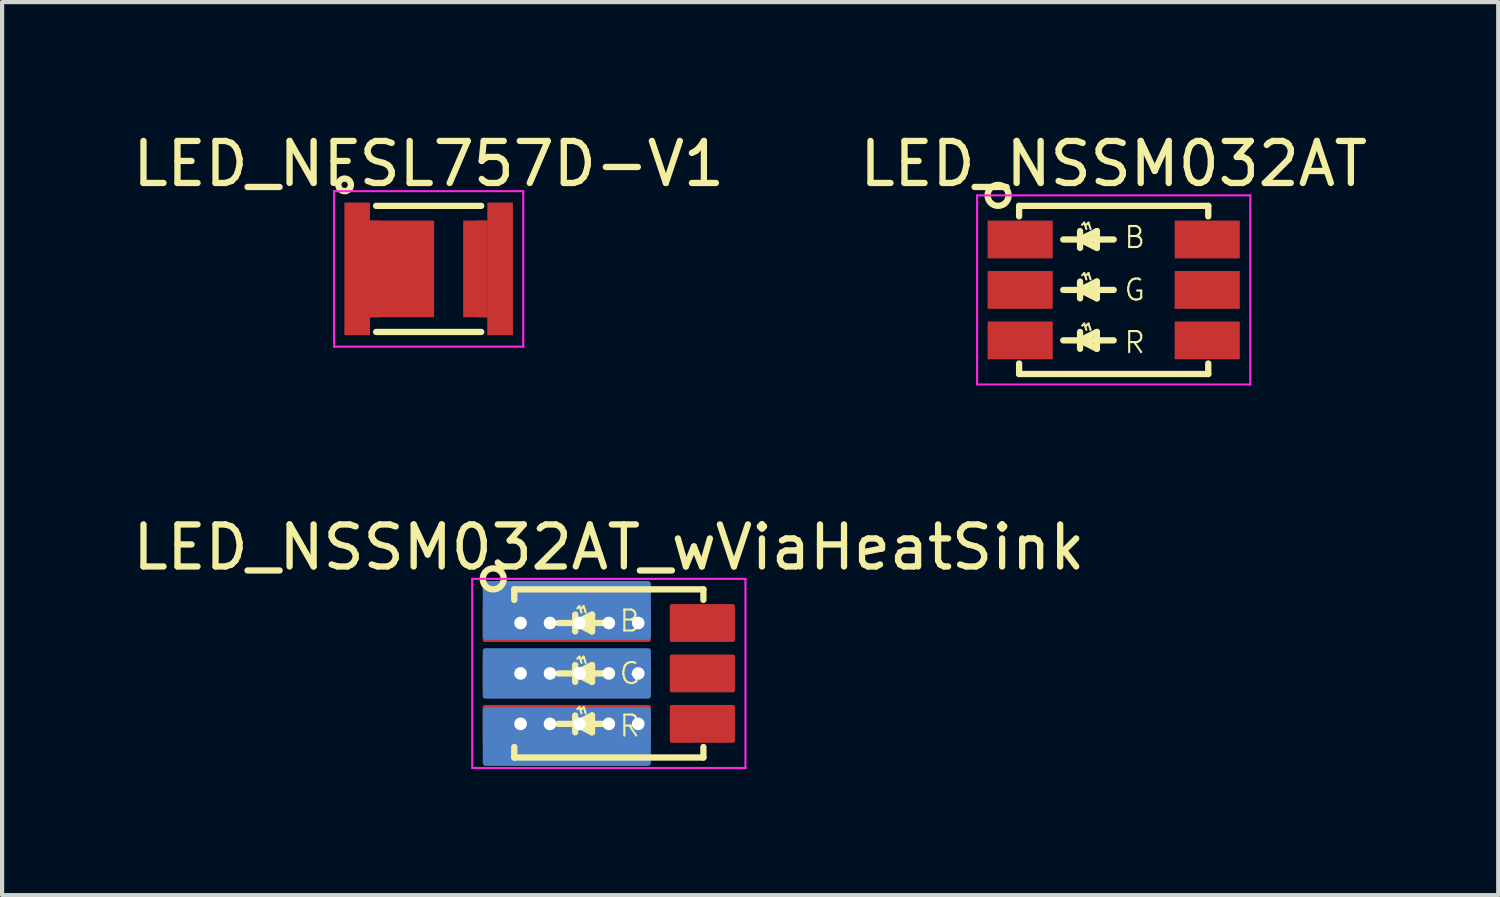
<source format=kicad_pcb>
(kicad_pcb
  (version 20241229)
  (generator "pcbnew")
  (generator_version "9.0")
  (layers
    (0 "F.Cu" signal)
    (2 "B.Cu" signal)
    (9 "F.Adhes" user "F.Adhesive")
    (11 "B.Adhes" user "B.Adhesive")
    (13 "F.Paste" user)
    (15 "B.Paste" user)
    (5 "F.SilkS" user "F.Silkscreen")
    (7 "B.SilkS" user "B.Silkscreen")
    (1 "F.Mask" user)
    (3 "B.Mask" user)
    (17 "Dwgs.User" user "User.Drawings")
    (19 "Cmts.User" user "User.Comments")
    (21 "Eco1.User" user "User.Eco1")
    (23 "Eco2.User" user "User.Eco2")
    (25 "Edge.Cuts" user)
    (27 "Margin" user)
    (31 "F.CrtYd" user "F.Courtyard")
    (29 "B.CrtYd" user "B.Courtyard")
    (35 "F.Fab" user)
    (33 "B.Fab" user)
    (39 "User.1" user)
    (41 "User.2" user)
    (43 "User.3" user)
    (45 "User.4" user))
  (footprint "LED_NSSM032AT_wViaHeatSink"
    (layer "F.Cu")
    (at 11.435 12.972)
    (property "Reference" "LED_NSSM032AT_wViaHeatSink" (at 0 -3 0) (layer "F.SilkS") (effects (font (size 1 1) (thickness 0.15))))
    (attr smd)
    (fp_line (start -2.25 -2) (end 2.25 -2) (stroke (width 0.15) (type solid)) (layer "F.SilkS"))
    (fp_line (start -2.25 -1.75) (end -2.25 -2) (stroke (width 0.15) (type solid)) (layer "F.SilkS"))
    (fp_line (start -2.25 2) (end -2.25 1.75) (stroke (width 0.15) (type solid)) (layer "F.SilkS"))
    (fp_line (start -1.2 -1.2) (end 0 -1.2) (stroke (width 0.15) (type solid)) (layer "F.SilkS"))
    (fp_line (start -1.2 0) (end 0 0) (stroke (width 0.15) (type solid)) (layer "F.SilkS"))
    (fp_line (start -1.2 1.2) (end 0 1.2) (stroke (width 0.15) (type solid)) (layer "F.SilkS"))
    (fp_line (start -0.8 -1.4) (end -0.8 -1) (stroke (width 0.15) (type solid)) (layer "F.SilkS"))
    (fp_line (start -0.8 -1.2) (end -0.4 -1) (stroke (width 0.15) (type solid)) (layer "F.SilkS"))
    (fp_line (start -0.8 -0.2) (end -0.8 0.2) (stroke (width 0.15) (type solid)) (layer "F.SilkS"))
    (fp_line (start -0.8 0) (end -0.4 0.2) (stroke (width 0.15) (type solid)) (layer "F.SilkS"))
    (fp_line (start -0.8 1) (end -0.8 1.4) (stroke (width 0.15) (type solid)) (layer "F.SilkS"))
    (fp_line (start -0.8 1.2) (end -0.4 1.4) (stroke (width 0.15) (type solid)) (layer "F.SilkS"))
    (fp_line (start -0.75 -1.55) (end -0.7 -1.6) (stroke (width 0.05) (type solid)) (layer "F.SilkS"))
    (fp_line (start -0.75 -0.35) (end -0.7 -0.4) (stroke (width 0.05) (type solid)) (layer "F.SilkS"))
    (fp_line (start -0.75 0.85) (end -0.7 0.8) (stroke (width 0.05) (type solid)) (layer "F.SilkS"))
    (fp_line (start -0.65 -1.55) (end -0.6 -1.6) (stroke (width 0.05) (type solid)) (layer "F.SilkS"))
    (fp_line (start -0.65 -1.45) (end -0.7 -1.6) (stroke (width 0.05) (type solid)) (layer "F.SilkS"))
    (fp_line (start -0.65 -0.35) (end -0.6 -0.4) (stroke (width 0.05) (type solid)) (layer "F.SilkS"))
    (fp_line (start -0.65 -0.25) (end -0.7 -0.4) (stroke (width 0.05) (type solid)) (layer "F.SilkS"))
    (fp_line (start -0.65 0.85) (end -0.6 0.8) (stroke (width 0.05) (type solid)) (layer "F.SilkS"))
    (fp_line (start -0.65 0.95) (end -0.7 0.8) (stroke (width 0.05) (type solid)) (layer "F.SilkS"))
    (fp_line (start -0.55 -1.45) (end -0.6 -1.6) (stroke (width 0.05) (type solid)) (layer "F.SilkS"))
    (fp_line (start -0.55 -0.25) (end -0.6 -0.4) (stroke (width 0.05) (type solid)) (layer "F.SilkS"))
    (fp_line (start -0.55 0.95) (end -0.6 0.8) (stroke (width 0.05) (type solid)) (layer "F.SilkS"))
    (fp_line (start -0.4 -1.4) (end -0.8 -1.2) (stroke (width 0.15) (type solid)) (layer "F.SilkS"))
    (fp_line (start -0.4 -1) (end -0.4 -1.4) (stroke (width 0.15) (type solid)) (layer "F.SilkS"))
    (fp_line (start -0.4 -0.2) (end -0.8 0) (stroke (width 0.15) (type solid)) (layer "F.SilkS"))
    (fp_line (start -0.4 0.2) (end -0.4 -0.2) (stroke (width 0.15) (type solid)) (layer "F.SilkS"))
    (fp_line (start -0.4 1) (end -0.8 1.2) (stroke (width 0.15) (type solid)) (layer "F.SilkS"))
    (fp_line (start -0.4 1.4) (end -0.4 1) (stroke (width 0.15) (type solid)) (layer "F.SilkS"))
    (fp_line (start 2.25 -2) (end 2.25 -1.75) (stroke (width 0.15) (type solid)) (layer "F.SilkS"))
    (fp_line (start 2.25 1.75) (end 2.25 2) (stroke (width 0.15) (type solid)) (layer "F.SilkS"))
    (fp_line (start 2.25 2) (end -2.25 2) (stroke (width 0.15) (type solid)) (layer "F.SilkS"))
    (fp_circle (center -2.75 -2.25) (end -2.5 -2.25) (stroke (width 0.15) (type solid)) (fill no) (layer "F.SilkS"))
    (fp_line (start -3.25 -2.25) (end 3.25 -2.25) (stroke (width 0.05) (type solid)) (layer "F.CrtYd"))
    (fp_line (start -3.25 2.25) (end -3.25 -2.25) (stroke (width 0.05) (type solid)) (layer "F.CrtYd"))
    (fp_line (start 3.25 -2.25) (end 3.25 2.25) (stroke (width 0.05) (type solid)) (layer "F.CrtYd"))
    (fp_line (start 3.25 2.25) (end -3.25 2.25) (stroke (width 0.05) (type solid)) (layer "F.CrtYd"))
    (fp_text user "B" (at 0.5 -1.25 0) (layer "F.SilkS") (effects (font (size 0.5 0.5) (thickness 0.05))))
    (fp_text user "G" (at 0.5 0 0) (layer "F.SilkS") (effects (font (size 0.5 0.5) (thickness 0.05))))
    (fp_text user "R" (at 0.5 1.25 0) (layer "F.SilkS") (effects (font (size 0.5 0.5) (thickness 0.05))))
    (pad "" smd roundrect (at -2.225 -1.2) (size 1.55 0.9) (layers "F.Mask" "F.Paste") (roundrect_rratio 0.05))
    (pad "" smd roundrect (at -2.225 0) (size 1.55 0.9) (layers "F.Mask" "F.Paste") (roundrect_rratio 0.05))
    (pad "" smd roundrect (at -2.225 1.2) (size 1.55 0.9) (layers "F.Mask" "F.Paste") (roundrect_rratio 0.05))
    (pad "1" thru_hole circle (at -2.1 -1.2) (size 0.3 0.3) (drill 0.3) (layers "*.Cu"))
    (pad "1" thru_hole circle (at -1.4 -1.2) (size 0.3 0.3) (drill 0.3) (layers "*.Cu"))
    (pad "1" smd roundrect (at -1 -1.5) (size 4 1.4) (layers "B.Cu") (roundrect_rratio 0.05))
    (pad "1" smd roundrect (at -1 -1.2) (size 4 0.9) (layers "F.Cu") (roundrect_rratio 0.05))
    (pad "1" thru_hole circle (at -0.7 -1.2) (size 0.3 0.3) (drill 0.3) (layers "*.Cu"))
    (pad "1" thru_hole circle (at 0 -1.2) (size 0.3 0.3) (drill 0.3) (layers "*.Cu"))
    (pad "1" thru_hole circle (at 0.7 -1.2) (size 0.3 0.3) (drill 0.3) (layers "*.Cu"))
    (pad "2" thru_hole circle (at -2.1 0) (size 0.3 0.3) (drill 0.3) (layers "*.Cu"))
    (pad "2" thru_hole circle (at -1.4 0) (size 0.3 0.3) (drill 0.3) (layers "*.Cu"))
    (pad "2" smd roundrect (at -1 0) (size 4 0.9) (layers "F.Cu") (roundrect_rratio 0.05))
    (pad "2" smd roundrect (at -1 0) (size 4 1.2) (layers "B.Cu") (roundrect_rratio 0.05))
    (pad "2" thru_hole circle (at -0.7 0) (size 0.3 0.3) (drill 0.3) (layers "*.Cu"))
    (pad "2" thru_hole circle (at 0 0) (size 0.3 0.3) (drill 0.3) (layers "*.Cu"))
    (pad "2" thru_hole circle (at 0.7 0) (size 0.3 0.3) (drill 0.3) (layers "*.Cu"))
    (pad "3" thru_hole circle (at -2.1 1.2) (size 0.3 0.3) (drill 0.3) (layers "*.Cu"))
    (pad "3" thru_hole circle (at -1.4 1.2) (size 0.3 0.3) (drill 0.3) (layers "*.Cu"))
    (pad "3" smd roundrect (at -1 1.2) (size 4 0.9) (layers "F.Cu") (roundrect_rratio 0.05))
    (pad "3" smd roundrect (at -1 1.5) (size 4 1.4) (layers "B.Cu") (roundrect_rratio 0.05))
    (pad "3" thru_hole circle (at -0.7 1.2) (size 0.3 0.3) (drill 0.3) (layers "*.Cu"))
    (pad "3" thru_hole circle (at 0 1.2) (size 0.3 0.3) (drill 0.3) (layers "*.Cu"))
    (pad "3" thru_hole circle (at 0.7 1.2) (size 0.3 0.3) (drill 0.3) (layers "*.Cu"))
    (pad "4" smd roundrect (at 2.225 1.2) (size 1.55 0.9) (layers "F.Cu" "F.Mask" "F.Paste") (roundrect_rratio 0.05))
    (pad "5" smd roundrect (at 2.225 0) (size 1.55 0.9) (layers "F.Cu" "F.Mask" "F.Paste") (roundrect_rratio 0.05))
    (pad "6" smd roundrect (at 2.225 -1.2) (size 1.55 0.9) (layers "F.Cu" "F.Mask" "F.Paste") (roundrect_rratio 0.05)))
  (footprint "LED_NFSL757D-V1"
    (layer "F.Cu")
    (at 7.149 3.348)
    (property "Reference" "LED_NFSL757D-V1" (at 0 -2.5 0) (layer "F.SilkS") (effects (font (size 1 1) (thickness 0.15))))
    (attr through_hole)
    (fp_line (start -1.25 -1.5) (end 1.25 -1.5) (stroke (width 0.15) (type solid)) (layer "F.SilkS"))
    (fp_line (start 1.25 1.5) (end -1.25 1.5) (stroke (width 0.15) (type solid)) (layer "F.SilkS"))
    (fp_circle (center -2 -2) (end -1.85 -2) (stroke (width 0.15) (type solid)) (fill no) (layer "F.SilkS"))
    (fp_line (start -2.25 -1.85) (end 2.25 -1.85) (stroke (width 0.05) (type solid)) (layer "F.CrtYd"))
    (fp_line (start -2.25 1.85) (end -2.25 -1.85) (stroke (width 0.05) (type solid)) (layer "F.CrtYd"))
    (fp_line (start 2.25 -1.85) (end 2.25 1.85) (stroke (width 0.05) (type solid)) (layer "F.CrtYd"))
    (fp_line (start 2.25 1.85) (end -2.25 1.85) (stroke (width 0.05) (type solid)) (layer "F.CrtYd"))
    (pad "1" smd rect (at -1.7 0) (size 0.6 3.15) (layers "F.Cu" "F.Mask"))
    (pad "1" smd rect (at -1.7 0) (size 0.6 3.15) (layers "F.Cu" "F.Paste"))
    (pad "1" smd rect (at -1.275 0) (size 0.25 2.3) (layers "F.Cu" "F.Paste"))
    (pad "1" smd rect (at -0.635 0) (size 1.53 2.3) (layers "F.Cu" "F.Mask"))
    (pad "1" smd rect (at -0.55 0) (size 1.2 2) (layers "F.Cu" "F.Paste"))
    (pad "2" smd rect (at 1.075 0) (size 0.15 2) (layers "F.Cu" "F.Paste"))
    (pad "2" smd rect (at 1.11 0) (size 0.58 2.3) (layers "F.Cu" "F.Mask"))
    (pad "2" smd rect (at 1.275 0) (size 0.25 2.3) (layers "F.Cu" "F.Paste"))
    (pad "2" smd rect (at 1.7 0) (size 0.6 3.15) (layers "F.Cu" "F.Mask"))
    (pad "2" smd rect (at 1.7 0) (size 0.6 3.15) (layers "F.Cu" "F.Paste")))
  (footprint "LED_NSSM032AT"
    (layer "F.Cu")
    (at 23.446 3.848)
    (property "Reference" "LED_NSSM032AT" (at 0 -3 0) (layer "F.SilkS") (effects (font (size 1 1) (thickness 0.15))))
    (attr through_hole)
    (fp_line (start -2.25 -2) (end 2.25 -2) (stroke (width 0.15) (type solid)) (layer "F.SilkS"))
    (fp_line (start -2.25 -1.75) (end -2.25 -2) (stroke (width 0.15) (type solid)) (layer "F.SilkS"))
    (fp_line (start -2.25 2) (end -2.25 1.75) (stroke (width 0.15) (type solid)) (layer "F.SilkS"))
    (fp_line (start -1.2 -1.2) (end 0 -1.2) (stroke (width 0.15) (type solid)) (layer "F.SilkS"))
    (fp_line (start -1.2 0) (end 0 0) (stroke (width 0.15) (type solid)) (layer "F.SilkS"))
    (fp_line (start -1.2 1.2) (end 0 1.2) (stroke (width 0.15) (type solid)) (layer "F.SilkS"))
    (fp_line (start -0.8 -1.4) (end -0.8 -1) (stroke (width 0.15) (type solid)) (layer "F.SilkS"))
    (fp_line (start -0.8 -1.2) (end -0.4 -1) (stroke (width 0.15) (type solid)) (layer "F.SilkS"))
    (fp_line (start -0.8 -0.2) (end -0.8 0.2) (stroke (width 0.15) (type solid)) (layer "F.SilkS"))
    (fp_line (start -0.8 0) (end -0.4 0.2) (stroke (width 0.15) (type solid)) (layer "F.SilkS"))
    (fp_line (start -0.8 1) (end -0.8 1.4) (stroke (width 0.15) (type solid)) (layer "F.SilkS"))
    (fp_line (start -0.8 1.2) (end -0.4 1.4) (stroke (width 0.15) (type solid)) (layer "F.SilkS"))
    (fp_line (start -0.75 -1.55) (end -0.7 -1.6) (stroke (width 0.05) (type solid)) (layer "F.SilkS"))
    (fp_line (start -0.75 -0.35) (end -0.7 -0.4) (stroke (width 0.05) (type solid)) (layer "F.SilkS"))
    (fp_line (start -0.75 0.85) (end -0.7 0.8) (stroke (width 0.05) (type solid)) (layer "F.SilkS"))
    (fp_line (start -0.65 -1.55) (end -0.6 -1.6) (stroke (width 0.05) (type solid)) (layer "F.SilkS"))
    (fp_line (start -0.65 -1.45) (end -0.7 -1.6) (stroke (width 0.05) (type solid)) (layer "F.SilkS"))
    (fp_line (start -0.65 -0.35) (end -0.6 -0.4) (stroke (width 0.05) (type solid)) (layer "F.SilkS"))
    (fp_line (start -0.65 -0.25) (end -0.7 -0.4) (stroke (width 0.05) (type solid)) (layer "F.SilkS"))
    (fp_line (start -0.65 0.85) (end -0.6 0.8) (stroke (width 0.05) (type solid)) (layer "F.SilkS"))
    (fp_line (start -0.65 0.95) (end -0.7 0.8) (stroke (width 0.05) (type solid)) (layer "F.SilkS"))
    (fp_line (start -0.55 -1.45) (end -0.6 -1.6) (stroke (width 0.05) (type solid)) (layer "F.SilkS"))
    (fp_line (start -0.55 -0.25) (end -0.6 -0.4) (stroke (width 0.05) (type solid)) (layer "F.SilkS"))
    (fp_line (start -0.55 0.95) (end -0.6 0.8) (stroke (width 0.05) (type solid)) (layer "F.SilkS"))
    (fp_line (start -0.4 -1.4) (end -0.8 -1.2) (stroke (width 0.15) (type solid)) (layer "F.SilkS"))
    (fp_line (start -0.4 -1) (end -0.4 -1.4) (stroke (width 0.15) (type solid)) (layer "F.SilkS"))
    (fp_line (start -0.4 -0.2) (end -0.8 0) (stroke (width 0.15) (type solid)) (layer "F.SilkS"))
    (fp_line (start -0.4 0.2) (end -0.4 -0.2) (stroke (width 0.15) (type solid)) (layer "F.SilkS"))
    (fp_line (start -0.4 1) (end -0.8 1.2) (stroke (width 0.15) (type solid)) (layer "F.SilkS"))
    (fp_line (start -0.4 1.4) (end -0.4 1) (stroke (width 0.15) (type solid)) (layer "F.SilkS"))
    (fp_line (start 2.25 -2) (end 2.25 -1.75) (stroke (width 0.15) (type solid)) (layer "F.SilkS"))
    (fp_line (start 2.25 1.75) (end 2.25 2) (stroke (width 0.15) (type solid)) (layer "F.SilkS"))
    (fp_line (start 2.25 2) (end -2.25 2) (stroke (width 0.15) (type solid)) (layer "F.SilkS"))
    (fp_circle (center -2.75 -2.25) (end -2.5 -2.25) (stroke (width 0.15) (type solid)) (fill no) (layer "F.SilkS"))
    (fp_line (start -3.25 -2.25) (end 3.25 -2.25) (stroke (width 0.05) (type solid)) (layer "F.CrtYd"))
    (fp_line (start -3.25 2.25) (end -3.25 -2.25) (stroke (width 0.05) (type solid)) (layer "F.CrtYd"))
    (fp_line (start 3.25 -2.25) (end 3.25 2.25) (stroke (width 0.05) (type solid)) (layer "F.CrtYd"))
    (fp_line (start 3.25 2.25) (end -3.25 2.25) (stroke (width 0.05) (type solid)) (layer "F.CrtYd"))
    (fp_text user "G" (at 0.5 0 0) (layer "F.SilkS") (effects (font (size 0.5 0.5) (thickness 0.05))))
    (fp_text user "R" (at 0.5 1.25 0) (layer "F.SilkS") (effects (font (size 0.5 0.5) (thickness 0.05))))
    (fp_text user "B" (at 0.5 -1.25 0) (layer "F.SilkS") (effects (font (size 0.5 0.5) (thickness 0.05))))
    (pad "1" smd rect (at -2.225 -1.2) (size 1.55 0.9) (layers "F.Cu" "F.Mask" "F.Paste"))
    (pad "2" smd rect (at -2.225 0) (size 1.55 0.9) (layers "F.Cu" "F.Mask" "F.Paste"))
    (pad "3" smd rect (at -2.225 1.2) (size 1.55 0.9) (layers "F.Cu" "F.Mask" "F.Paste"))
    (pad "4" smd rect (at 2.225 1.2) (size 1.55 0.9) (layers "F.Cu" "F.Mask" "F.Paste"))
    (pad "5" smd rect (at 2.225 0) (size 1.55 0.9) (layers "F.Cu" "F.Mask" "F.Paste"))
    (pad "6" smd rect (at 2.225 -1.2) (size 1.55 0.9) (layers "F.Cu" "F.Mask" "F.Paste")))
  (gr_rect
    (start -3 -3)
    (end 32.595 18.247)
    (stroke (width 0.1) (type default))
    (fill no)
    (layer "Edge.Cuts")))
</source>
